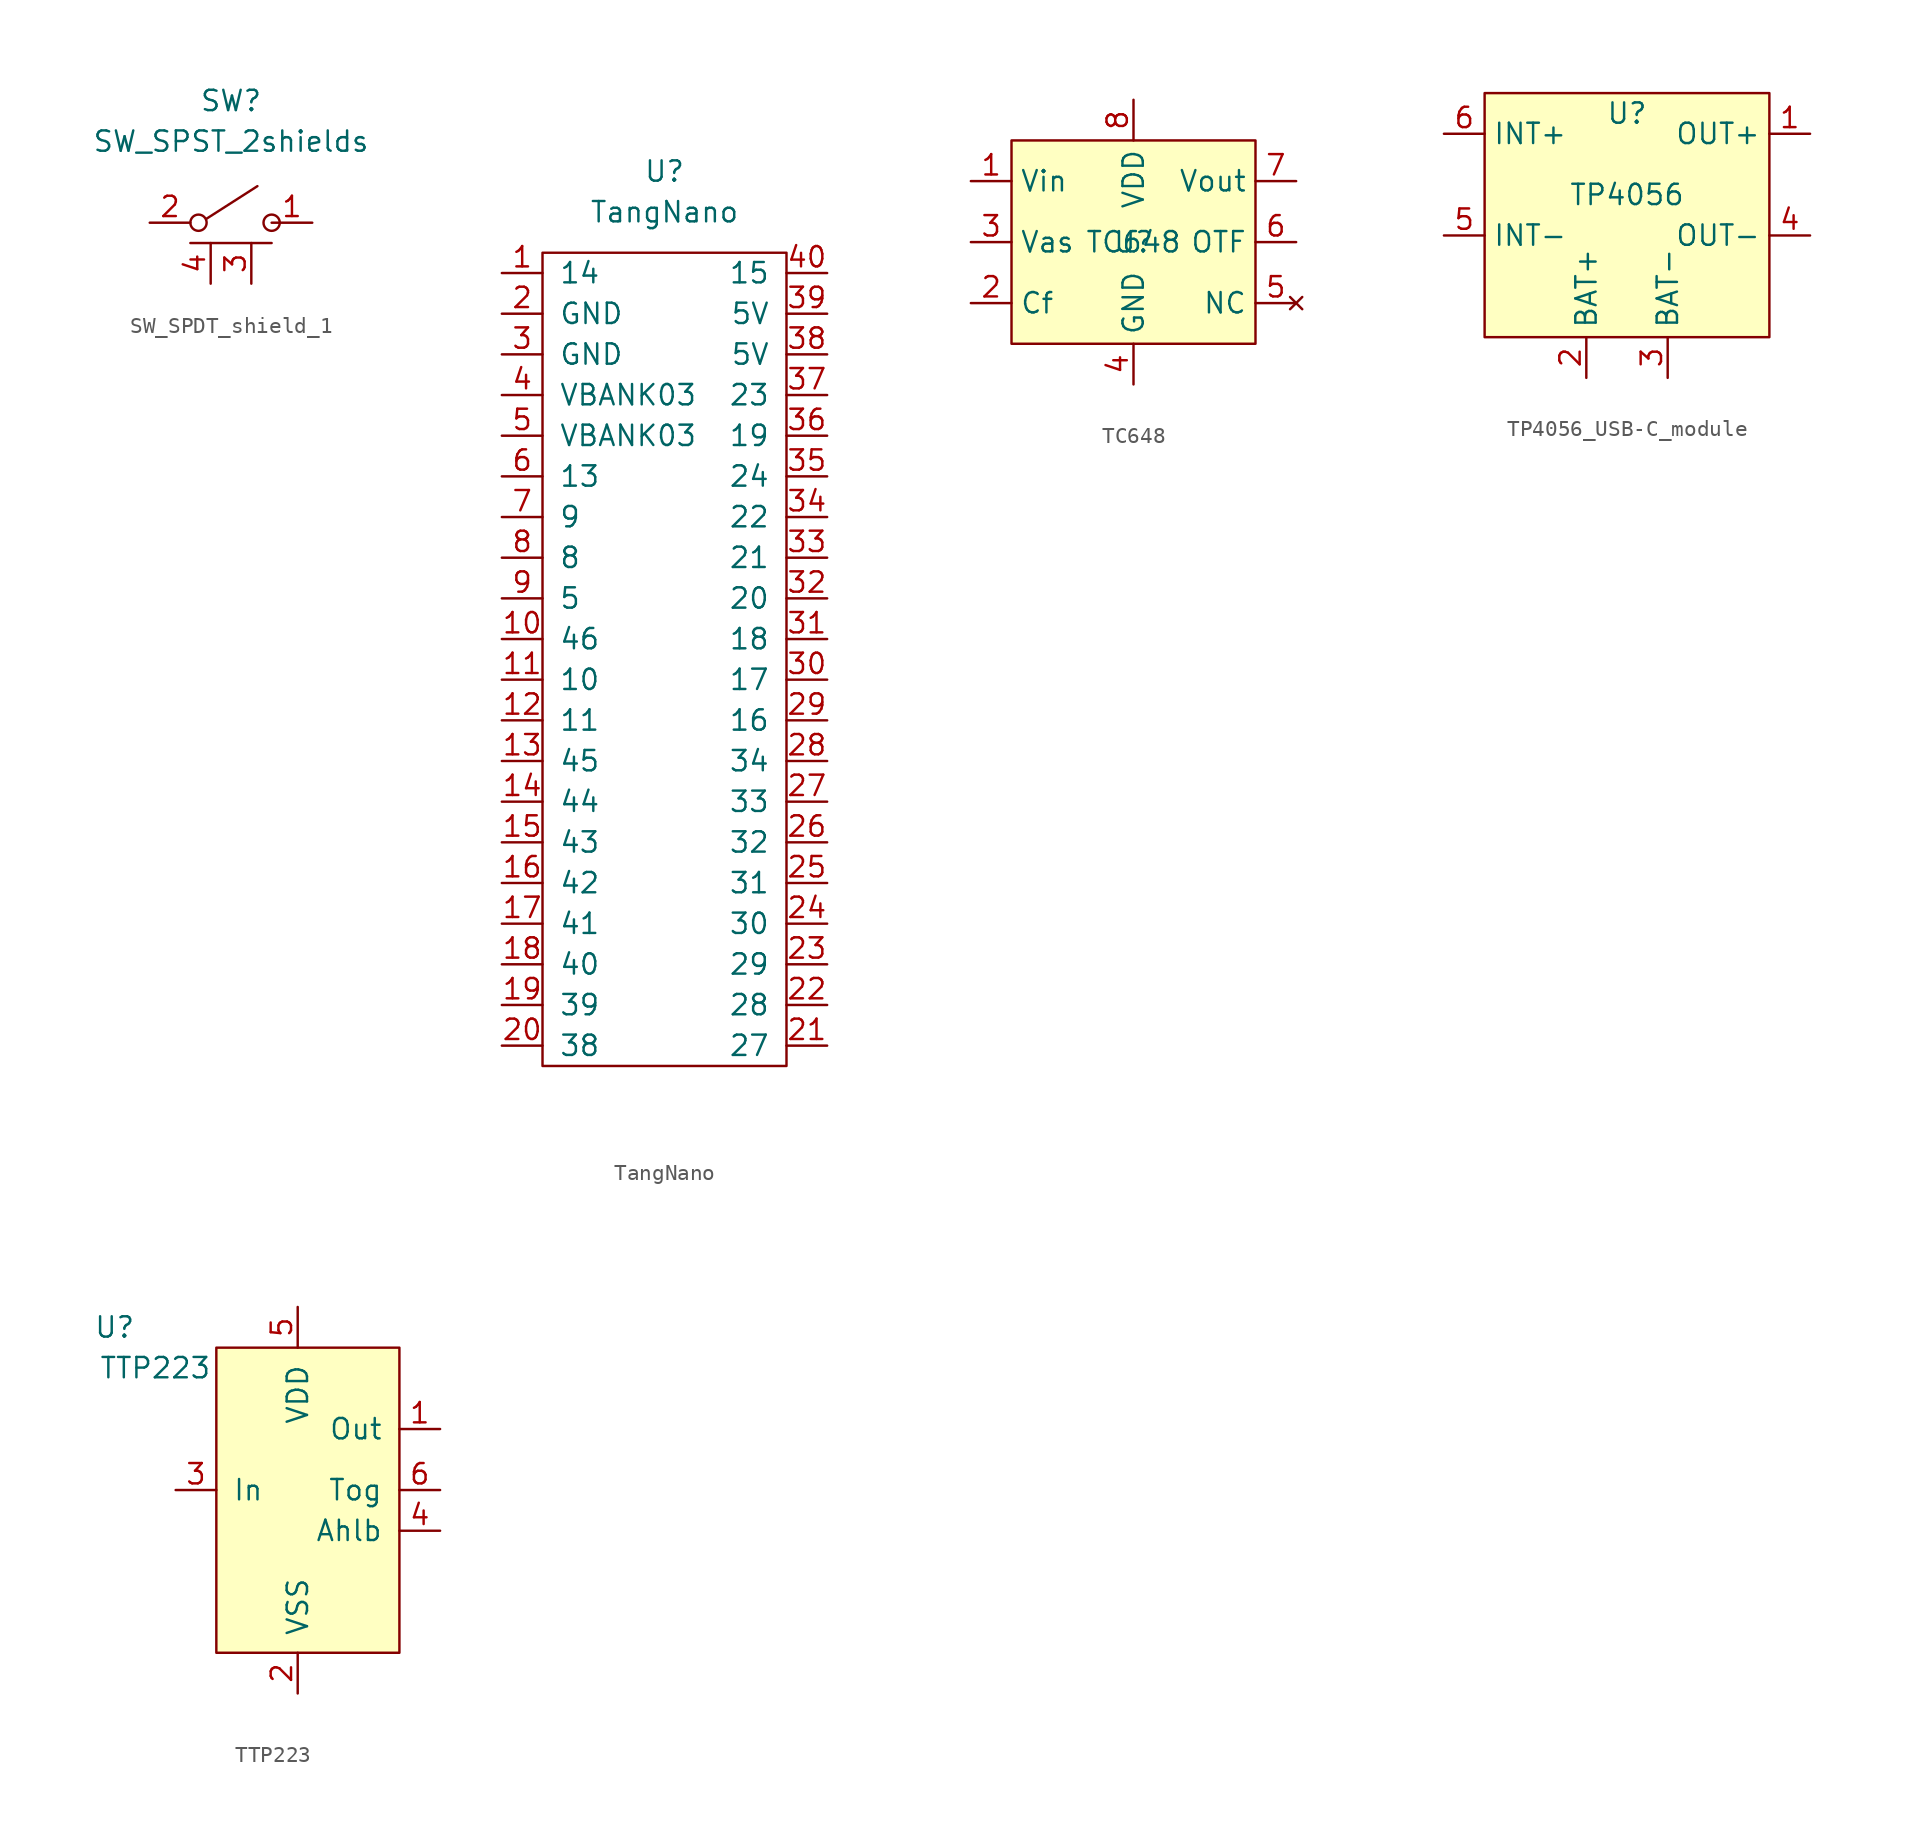
<source format=kicad_sym>
(kicad_symbol_lib
  (version 20231120)
  (generator "kicad_symbol_editor")
  (generator_version "8.0")
  (symbol "SW_SPDT_shield_1"
    (pin_names
      (offset 0) hide)
    (property "Reference" "SW"
      (at 0 7.62 0)
      (effects (font (size 1.27 1.27))))
    (property "Value" "SW_SPST_2shields"
      (at 0 5.08 0)
      (effects (font (size 1.27 1.27))))
    (symbol "SW_SPDT_shield_1_0_0"
      (circle (center -2.032 0) (radius 0.508) (stroke (width 0) (type default)) (fill (type none))))
    (symbol "SW_SPDT_shield_1_0_1"
      (polyline (pts (xy -1.524 0.254) (xy 1.651 2.286)) (stroke (width 0) (type default)) (fill (type none)))
      (polyline (pts (xy 2.54 -1.27) (xy -2.54 -1.27)) (stroke (width 0) (type default)) (fill (type none)))
      (circle (center 2.54 0) (radius 0.508) (stroke (width 0) (type default)) (fill (type none))))
    (symbol "SW_SPDT_shield_1_1_1"
      (pin passive line (at 5.08 0 180) (length 2.54) (name "A" (effects (font (size 1.27 1.27)))) (number "1" (effects (font (size 1.27 1.27)))))
      (pin passive line (at -5.08 0 0) (length 2.54) (name "B" (effects (font (size 1.27 1.27)))) (number "2" (effects (font (size 1.27 1.27)))))
      (pin passive line (at 1.27 -3.81 90) (length 2.54) (name "C" (effects (font (size 1.27 1.27)))) (number "3" (effects (font (size 1.27 1.27)))))
      (pin passive line (at -1.27 -3.81 90) (length 2.54) (name "Shield" (effects (font (size 1.27 1.27)))) (number "4" (effects (font (size 1.27 1.27)))))))
  (symbol "TangNano"
    (pin_names
      (offset 1.016))
    (property "Reference" "U"
      (at 0 30.48 0)
      (effects (font (size 1.27 1.27))))
    (property "Value" "TangNano"
      (at 0 27.94 0)
      (effects (font (size 1.27 1.27))))
    (symbol "TangNano_0_0"
      (pin bidirectional line (at -10.16 24.13 0) (length 2.54) (name "14" (effects (font (size 1.27 1.27)))) (number "1" (effects (font (size 1.27 1.27)))))
      (pin bidirectional line (at -10.16 1.27 0) (length 2.54) (name "46" (effects (font (size 1.27 1.27)))) (number "10" (effects (font (size 1.27 1.27)))))
      (pin bidirectional line (at -10.16 -1.27 0) (length 2.54) (name "10" (effects (font (size 1.27 1.27)))) (number "11" (effects (font (size 1.27 1.27)))))
      (pin bidirectional line (at -10.16 -3.81 0) (length 2.54) (name "11" (effects (font (size 1.27 1.27)))) (number "12" (effects (font (size 1.27 1.27)))))
      (pin bidirectional line (at -10.16 -6.35 0) (length 2.54) (name "45" (effects (font (size 1.27 1.27)))) (number "13" (effects (font (size 1.27 1.27)))))
      (pin bidirectional line (at -10.16 -8.89 0) (length 2.54) (name "44" (effects (font (size 1.27 1.27)))) (number "14" (effects (font (size 1.27 1.27)))))
      (pin bidirectional line (at -10.16 -11.43 0) (length 2.54) (name "43" (effects (font (size 1.27 1.27)))) (number "15" (effects (font (size 1.27 1.27)))))
      (pin bidirectional line (at -10.16 -13.97 0) (length 2.54) (name "42" (effects (font (size 1.27 1.27)))) (number "16" (effects (font (size 1.27 1.27)))))
      (pin bidirectional line (at -10.16 -16.51 0) (length 2.54) (name "41" (effects (font (size 1.27 1.27)))) (number "17" (effects (font (size 1.27 1.27)))))
      (pin bidirectional line (at -10.16 -19.05 0) (length 2.54) (name "40" (effects (font (size 1.27 1.27)))) (number "18" (effects (font (size 1.27 1.27)))))
      (pin bidirectional line (at -10.16 -21.59 0) (length 2.54) (name "39" (effects (font (size 1.27 1.27)))) (number "19" (effects (font (size 1.27 1.27)))))
      (pin power_in line (at -10.16 21.59 0) (length 2.54) (name "GND" (effects (font (size 1.27 1.27)))) (number "2" (effects (font (size 1.27 1.27)))))
      (pin bidirectional line (at -10.16 -24.13 0) (length 2.54) (name "38" (effects (font (size 1.27 1.27)))) (number "20" (effects (font (size 1.27 1.27)))))
      (pin bidirectional line (at 10.16 -24.13 180) (length 2.54) (name "27" (effects (font (size 1.27 1.27)))) (number "21" (effects (font (size 1.27 1.27)))))
      (pin bidirectional line (at 10.16 -21.59 180) (length 2.54) (name "28" (effects (font (size 1.27 1.27)))) (number "22" (effects (font (size 1.27 1.27)))))
      (pin bidirectional line (at 10.16 -19.05 180) (length 2.54) (name "29" (effects (font (size 1.27 1.27)))) (number "23" (effects (font (size 1.27 1.27)))))
      (pin bidirectional line (at 10.16 -16.51 180) (length 2.54) (name "30" (effects (font (size 1.27 1.27)))) (number "24" (effects (font (size 1.27 1.27)))))
      (pin bidirectional line (at 10.16 -13.97 180) (length 2.54) (name "31" (effects (font (size 1.27 1.27)))) (number "25" (effects (font (size 1.27 1.27)))))
      (pin bidirectional line (at 10.16 -11.43 180) (length 2.54) (name "32" (effects (font (size 1.27 1.27)))) (number "26" (effects (font (size 1.27 1.27)))))
      (pin bidirectional line (at 10.16 -8.89 180) (length 2.54) (name "33" (effects (font (size 1.27 1.27)))) (number "27" (effects (font (size 1.27 1.27)))))
      (pin bidirectional line (at 10.16 -6.35 180) (length 2.54) (name "34" (effects (font (size 1.27 1.27)))) (number "28" (effects (font (size 1.27 1.27)))))
      (pin bidirectional line (at 10.16 -3.81 180) (length 2.54) (name "16" (effects (font (size 1.27 1.27)))) (number "29" (effects (font (size 1.27 1.27)))))
      (pin power_in line (at -10.16 19.05 0) (length 2.54) (name "GND" (effects (font (size 1.27 1.27)))) (number "3" (effects (font (size 1.27 1.27)))))
      (pin bidirectional line (at 10.16 -1.27 180) (length 2.54) (name "17" (effects (font (size 1.27 1.27)))) (number "30" (effects (font (size 1.27 1.27)))))
      (pin bidirectional line (at 10.16 1.27 180) (length 2.54) (name "18" (effects (font (size 1.27 1.27)))) (number "31" (effects (font (size 1.27 1.27)))))
      (pin bidirectional line (at 10.16 3.81 180) (length 2.54) (name "20" (effects (font (size 1.27 1.27)))) (number "32" (effects (font (size 1.27 1.27)))))
      (pin bidirectional line (at 10.16 6.35 180) (length 2.54) (name "21" (effects (font (size 1.27 1.27)))) (number "33" (effects (font (size 1.27 1.27)))))
      (pin bidirectional line (at 10.16 8.89 180) (length 2.54) (name "22" (effects (font (size 1.27 1.27)))) (number "34" (effects (font (size 1.27 1.27)))))
      (pin bidirectional line (at 10.16 11.43 180) (length 2.54) (name "24" (effects (font (size 1.27 1.27)))) (number "35" (effects (font (size 1.27 1.27)))))
      (pin bidirectional line (at 10.16 13.97 180) (length 2.54) (name "19" (effects (font (size 1.27 1.27)))) (number "36" (effects (font (size 1.27 1.27)))))
      (pin bidirectional line (at 10.16 16.51 180) (length 2.54) (name "23" (effects (font (size 1.27 1.27)))) (number "37" (effects (font (size 1.27 1.27)))))
      (pin power_in line (at 10.16 19.05 180) (length 2.54) (name "5V" (effects (font (size 1.27 1.27)))) (number "38" (effects (font (size 1.27 1.27)))))
      (pin power_in line (at 10.16 21.59 180) (length 2.54) (name "5V" (effects (font (size 1.27 1.27)))) (number "39" (effects (font (size 1.27 1.27)))))
      (pin power_in line (at -10.16 16.51 0) (length 2.54) (name "VBANK03" (effects (font (size 1.27 1.27)))) (number "4" (effects (font (size 1.27 1.27)))))
      (pin bidirectional line (at 10.16 24.13 180) (length 2.54) (name "15" (effects (font (size 1.27 1.27)))) (number "40" (effects (font (size 1.27 1.27)))))
      (pin power_in line (at -10.16 13.97 0) (length 2.54) (name "VBANK03" (effects (font (size 1.27 1.27)))) (number "5" (effects (font (size 1.27 1.27)))))
      (pin bidirectional line (at -10.16 11.43 0) (length 2.54) (name "13" (effects (font (size 1.27 1.27)))) (number "6" (effects (font (size 1.27 1.27)))))
      (pin bidirectional line (at -10.16 8.89 0) (length 2.54) (name "9" (effects (font (size 1.27 1.27)))) (number "7" (effects (font (size 1.27 1.27)))))
      (pin bidirectional line (at -10.16 6.35 0) (length 2.54) (name "8" (effects (font (size 1.27 1.27)))) (number "8" (effects (font (size 1.27 1.27)))))
      (pin bidirectional line (at -10.16 3.81 0) (length 2.54) (name "5" (effects (font (size 1.27 1.27)))) (number "9" (effects (font (size 1.27 1.27))))))
    (symbol "TangNano_0_1"
      (rectangle (start -7.62 25.4) (end 7.62 -25.4) (stroke (width 0) (type default)) (fill (type none)))))
  (symbol "TC648"
    (property "Reference" "U"
      (at 0 0 0)
      (effects (font (size 1.27 1.27))))
    (property "Value" "TC648"
      (at 0 0 0)
      (effects (font (size 1.27 1.27))))
    (symbol "TC648_1_1"
      (rectangle (start -7.62 6.35) (end 7.62 -6.35) (stroke (width 0) (type default)) (fill (type background)))
      (pin input line (at -10.16 3.81 0) (length 2.54) (name "Vin" (effects (font (size 1.27 1.27)))) (number "1" (effects (font (size 1.27 1.27)))))
      (pin passive line (at -10.16 -3.81 0) (length 2.54) (name "Cf" (effects (font (size 1.27 1.27)))) (number "2" (effects (font (size 1.27 1.27)))))
      (pin passive line (at -10.16 0 0) (length 2.54) (name "Vas" (effects (font (size 1.27 1.27)))) (number "3" (effects (font (size 1.27 1.27)))))
      (pin power_in line (at 0 -8.89 90) (length 2.54) (name "GND" (effects (font (size 1.27 1.27)))) (number "4" (effects (font (size 1.27 1.27)))))
      (pin no_connect line (at 10.16 -3.81 180) (length 2.54) (name "NC" (effects (font (size 1.27 1.27)))) (number "5" (effects (font (size 1.27 1.27)))))
      (pin output line (at 10.16 0 180) (length 2.54) (name "OTF" (effects (font (size 1.27 1.27)))) (number "6" (effects (font (size 1.27 1.27)))))
      (pin output line (at 10.16 3.81 180) (length 2.54) (name "Vout" (effects (font (size 1.27 1.27)))) (number "7" (effects (font (size 1.27 1.27)))))
      (pin power_in line (at 0 8.89 270) (length 2.54) (name "VDD" (effects (font (size 1.27 1.27)))) (number "8" (effects (font (size 1.27 1.27)))))))
  (symbol "TP4056_USB-C_module"
    (property "Reference" "U"
      (at 0 5.08 0)
      (effects (font (size 1.27 1.27))))
    (property "Value" "TP4056"
      (at 0 0 0)
      (effects (font (size 1.27 1.27))))
    (symbol "TP4056_USB-C_module_1_1"
      (rectangle (start -8.89 6.35) (end 8.89 -8.89) (stroke (width 0) (type default)) (fill (type background)))
      (pin passive line (at 11.43 3.81 180) (length 2.54) (name "OUT+" (effects (font (size 1.27 1.27)))) (number "1" (effects (font (size 1.27 1.27)))))
      (pin passive line (at -2.54 -11.43 90) (length 2.54) (name "BAT+" (effects (font (size 1.27 1.27)))) (number "2" (effects (font (size 1.27 1.27)))))
      (pin passive line (at 2.54 -11.43 90) (length 2.54) (name "BAT-" (effects (font (size 1.27 1.27)))) (number "3" (effects (font (size 1.27 1.27)))))
      (pin passive line (at 11.43 -2.54 180) (length 2.54) (name "OUT-" (effects (font (size 1.27 1.27)))) (number "4" (effects (font (size 1.27 1.27)))))
      (pin passive line (at -11.43 -2.54 0) (length 2.54) (name "INT-" (effects (font (size 1.27 1.27)))) (number "5" (effects (font (size 1.27 1.27)))))
      (pin passive line (at -11.43 3.81 0) (length 2.54) (name "INT+" (effects (font (size 1.27 1.27)))) (number "6" (effects (font (size 1.27 1.27)))))))
  (symbol "TTP223"
    (pin_names
      (offset 1.016))
    (property "Reference" "U"
      (at -11.43 10.16 0)
      (effects (font (size 1.27 1.27))))
    (property "Value" "TTP223"
      (at -8.89 7.62 0)
      (effects (font (size 1.27 1.27))))
    (symbol "TTP223_0_1"
      (rectangle (start 6.35 -10.16) (end -5.08 8.89) (stroke (width 0) (type default)) (fill (type background))))
    (symbol "TTP223_1_1"
      (pin output line (at 8.89 3.81 180) (length 2.54) (name "Out" (effects (font (size 1.27 1.27)))) (number "1" (effects (font (size 1.27 1.27)))))
      (pin power_in line (at 0 -12.7 90) (length 2.54) (name "VSS" (effects (font (size 1.27 1.27)))) (number "2" (effects (font (size 1.27 1.27)))))
      (pin input line (at -7.62 0 0) (length 2.54) (name "In" (effects (font (size 1.27 1.27)))) (number "3" (effects (font (size 1.27 1.27)))))
      (pin input line (at 8.89 -2.54 180) (length 2.54) (name "Ahlb" (effects (font (size 1.27 1.27)))) (number "4" (effects (font (size 1.27 1.27)))))
      (pin power_in line (at 0 11.43 270) (length 2.54) (name "VDD" (effects (font (size 1.27 1.27)))) (number "5" (effects (font (size 1.27 1.27)))))
      (pin input line (at 8.89 0 180) (length 2.54) (name "Tog" (effects (font (size 1.27 1.27)))) (number "6" (effects (font (size 1.27 1.27))))))))
</source>
